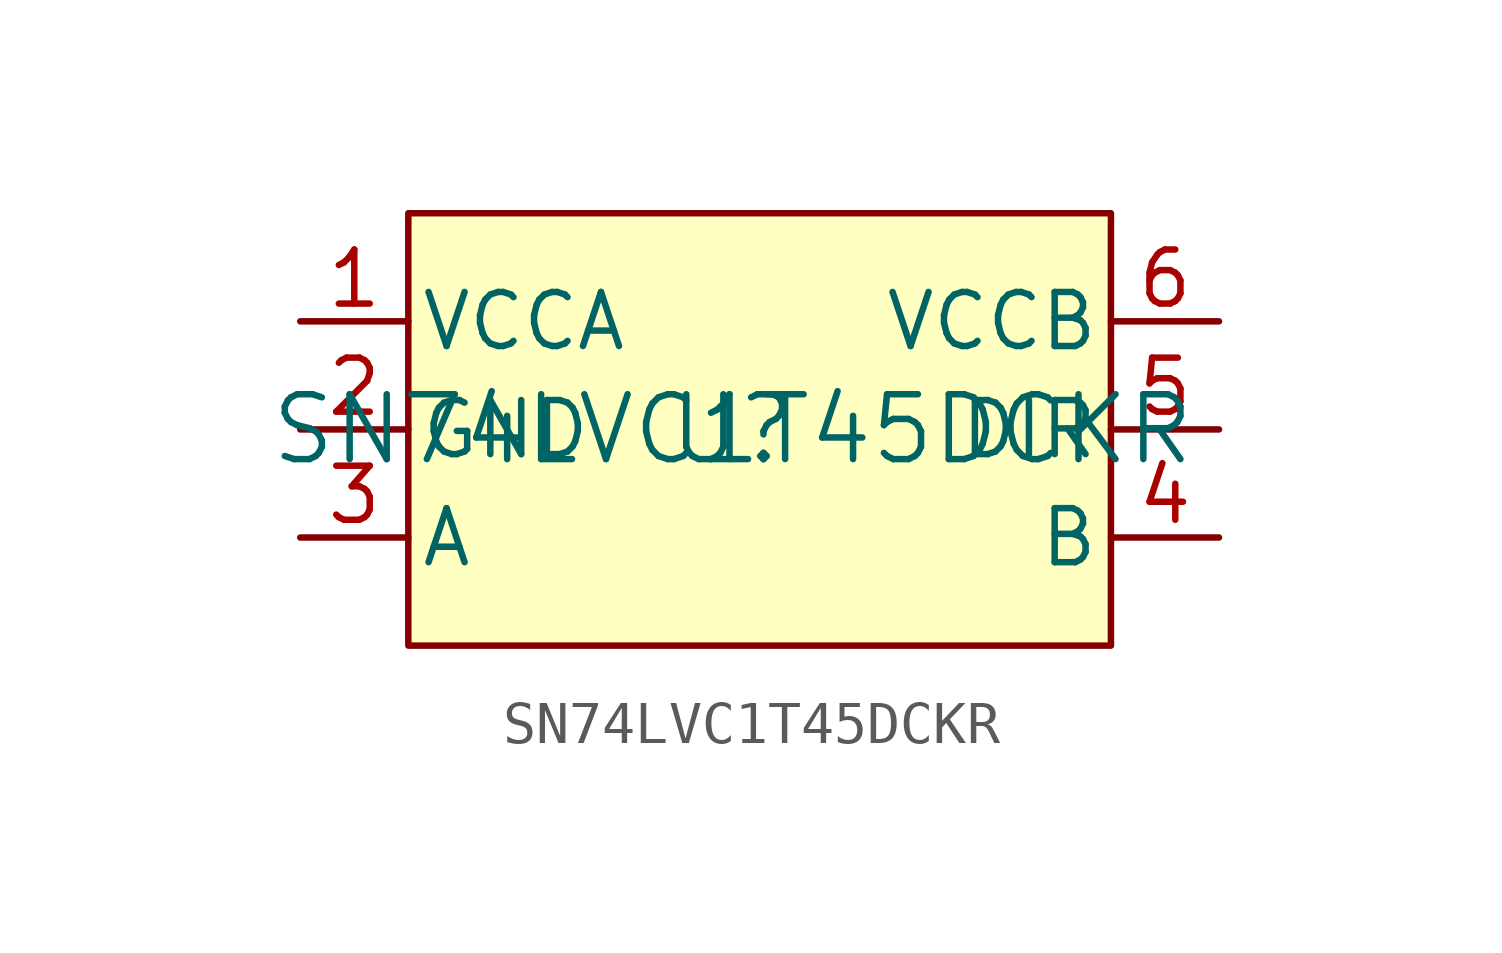
<source format=kicad_sym>
(kicad_symbol_lib
  (version 20220914)
  (generator kicad_symbol_editor)
  (symbol "SN74LVC1T45DCKR"
    (pin_names
      (offset 0.254))
    (property "Reference" "U"
      (at 0 0 0)
      (effects (font (size 1.524 1.524))))
    (property "Value" "SN74LVC1T45DCKR"
      (at 0 0 0)
      (effects (font (size 1.524 1.524))))
    (property "ki_locked" ""
      (at 0 0 0)
      (effects (font (size 1.27 1.27))))
    (symbol "SN74LVC1T45DCKR_1_1"
      (rectangle (start -7.62 5.08) (end 8.89 -5.08) (stroke (width 0) (type default)) (fill (type background)))
      (pin power_in line (at -10.16 2.54 0) (length 2.54) (name "VCCA" (effects (font (size 1.27 1.27)))) (number "1" (effects (font (size 1.27 1.27)))))
      (pin power_in line (at -10.16 0 0) (length 2.54) (name "GND" (effects (font (size 1.27 1.27)))) (number "2" (effects (font (size 1.27 1.27)))))
      (pin input line (at -10.16 -2.54 0) (length 2.54) (name "A" (effects (font (size 1.27 1.27)))) (number "3" (effects (font (size 1.27 1.27)))))
      (pin input line (at 11.43 -2.54 180) (length 2.54) (name "B" (effects (font (size 1.27 1.27)))) (number "4" (effects (font (size 1.27 1.27)))))
      (pin input line (at 11.43 0 180) (length 2.54) (name "DIR" (effects (font (size 1.27 1.27)))) (number "5" (effects (font (size 1.27 1.27)))))
      (pin power_in line (at 11.43 2.54 180) (length 2.54) (name "VCCB" (effects (font (size 1.27 1.27)))) (number "6" (effects (font (size 1.27 1.27))))))))
</source>
